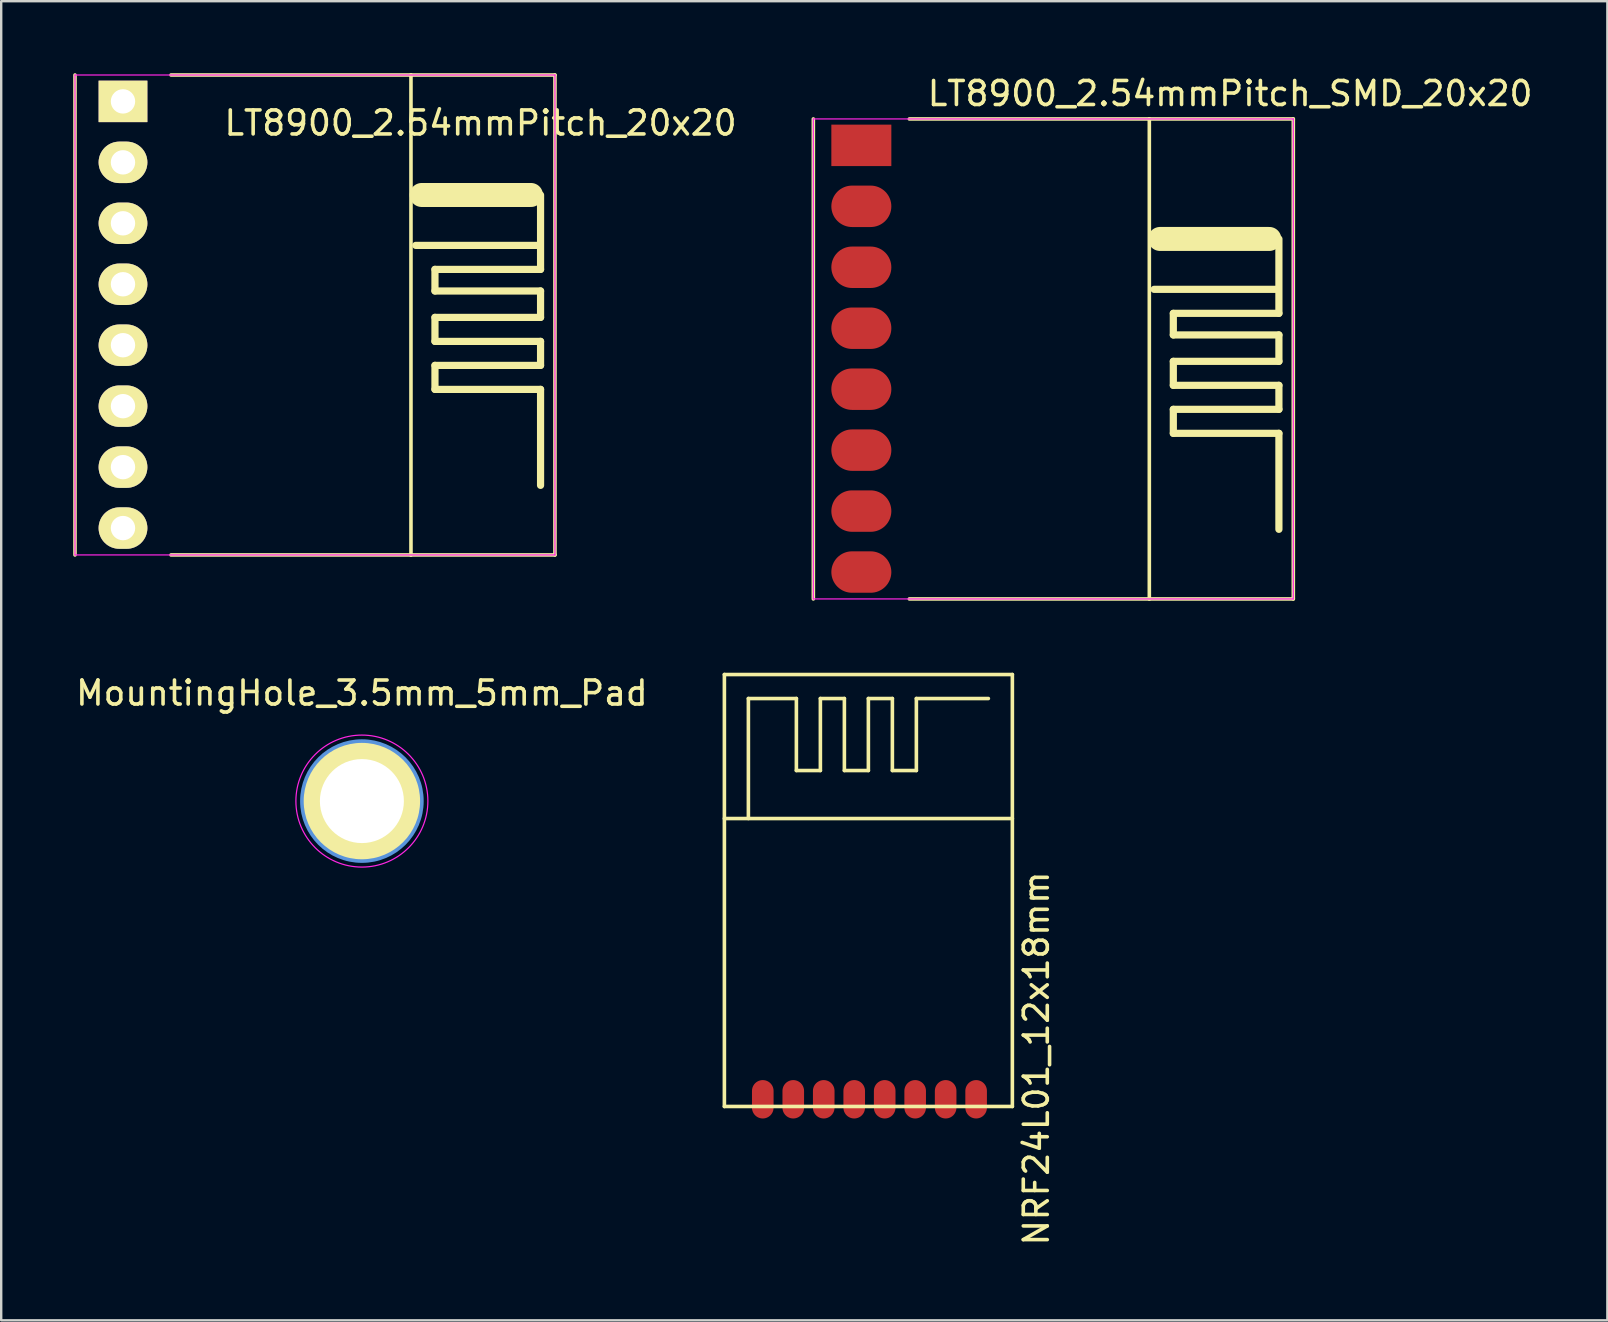
<source format=kicad_pcb>
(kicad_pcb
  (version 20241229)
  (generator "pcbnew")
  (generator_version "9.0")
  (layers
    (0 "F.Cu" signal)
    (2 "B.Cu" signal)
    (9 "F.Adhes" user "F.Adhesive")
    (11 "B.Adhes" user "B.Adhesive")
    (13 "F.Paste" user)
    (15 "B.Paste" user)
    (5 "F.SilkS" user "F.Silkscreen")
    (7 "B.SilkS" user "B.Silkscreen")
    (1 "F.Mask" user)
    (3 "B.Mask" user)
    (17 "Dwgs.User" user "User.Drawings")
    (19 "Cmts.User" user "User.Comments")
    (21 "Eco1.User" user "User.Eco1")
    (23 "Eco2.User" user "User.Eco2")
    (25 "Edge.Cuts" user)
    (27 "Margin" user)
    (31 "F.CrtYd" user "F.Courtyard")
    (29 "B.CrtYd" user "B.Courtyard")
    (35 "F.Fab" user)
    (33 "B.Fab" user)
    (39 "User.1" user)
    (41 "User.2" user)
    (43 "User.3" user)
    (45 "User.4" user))
  (footprint "LT8900_2.54mmPitch_SMD_20x20"
    (layer "F.Cu")
    (at 32.842 3.007)
    (property "Reference" "LT8900_2.54mmPitch_SMD_20x20" (at 15.367 -2.159 180) (layer "F.SilkS") (effects (font (size 1 1) (thickness 0.15))))
    (attr through_hole)
    (fp_line (start -2 -1.1) (end -2 18.9) (stroke (width 0.15) (type solid)) (layer "F.SilkS"))
    (fp_line (start 12 -1.1) (end 2 -1.1) (stroke (width 0.15) (type solid)) (layer "F.SilkS"))
    (fp_line (start 12 -1.1) (end 12 18.9) (stroke (width 0.15) (type solid)) (layer "F.SilkS"))
    (fp_line (start 12 18.9) (end 2 18.9) (stroke (width 0.15) (type solid)) (layer "F.SilkS"))
    (fp_line (start 12 18.9) (end 18 18.9) (stroke (width 0.15) (type solid)) (layer "F.SilkS"))
    (fp_line (start 12.2 6) (end 17.3 6) (stroke (width 0.3) (type solid)) (layer "F.SilkS"))
    (fp_line (start 12.446 3.9) (end 17 3.9) (stroke (width 1) (type solid)) (layer "F.SilkS"))
    (fp_line (start 13 7) (end 13 7.9) (stroke (width 0.3) (type solid)) (layer "F.SilkS"))
    (fp_line (start 13 7) (end 17.4 7) (stroke (width 0.3) (type solid)) (layer "F.SilkS"))
    (fp_line (start 13 7.9) (end 17.4 7.9) (stroke (width 0.3) (type solid)) (layer "F.SilkS"))
    (fp_line (start 13 9) (end 13 10) (stroke (width 0.3) (type solid)) (layer "F.SilkS"))
    (fp_line (start 13 9) (end 17.4 9) (stroke (width 0.3) (type solid)) (layer "F.SilkS"))
    (fp_line (start 13 10) (end 17.4 10) (stroke (width 0.3) (type solid)) (layer "F.SilkS"))
    (fp_line (start 13 11) (end 13 12) (stroke (width 0.3) (type solid)) (layer "F.SilkS"))
    (fp_line (start 13 11) (end 17.4 11) (stroke (width 0.3) (type solid)) (layer "F.SilkS"))
    (fp_line (start 13 12) (end 17.4 12) (stroke (width 0.3) (type solid)) (layer "F.SilkS"))
    (fp_line (start 17.4 3.9) (end 17.4 7) (stroke (width 0.3) (type solid)) (layer "F.SilkS"))
    (fp_line (start 17.4 7.9) (end 17.4 9) (stroke (width 0.3) (type solid)) (layer "F.SilkS"))
    (fp_line (start 17.4 10) (end 17.4 11) (stroke (width 0.3) (type solid)) (layer "F.SilkS"))
    (fp_line (start 17.4 12) (end 17.4 16) (stroke (width 0.3) (type solid)) (layer "F.SilkS"))
    (fp_line (start 18 -1.1) (end 12 -1.1) (stroke (width 0.15) (type solid)) (layer "F.SilkS"))
    (fp_line (start 18 18.9) (end 18 -1.1) (stroke (width 0.15) (type solid)) (layer "F.SilkS"))
    (fp_line (start -2 -1.1) (end -2 18.9) (stroke (width 0.05) (type solid)) (layer "F.CrtYd"))
    (fp_line (start -2 -1.1) (end 18 -1.1) (stroke (width 0.05) (type solid)) (layer "F.CrtYd"))
    (fp_line (start -2 18.9) (end 18 18.9) (stroke (width 0.05) (type solid)) (layer "F.CrtYd"))
    (fp_line (start 18 -1.1) (end 18 18.9) (stroke (width 0.05) (type solid)) (layer "F.CrtYd"))
    (pad "1" smd rect (at 0 0) (size 2.5 1.727) (layers "F.Cu" "F.Mask" "F.Paste"))
    (pad "2" smd oval (at 0 2.54) (size 2.5 1.727) (layers "F.Cu" "F.Mask" "F.Paste"))
    (pad "3" smd oval (at 0 5.08) (size 2.5 1.727) (layers "F.Cu" "F.Mask" "F.Paste"))
    (pad "4" smd oval (at 0 7.62) (size 2.5 1.727) (layers "F.Cu" "F.Mask" "F.Paste"))
    (pad "5" smd oval (at 0 10.16) (size 2.5 1.727) (layers "F.Cu" "F.Mask" "F.Paste"))
    (pad "6" smd oval (at 0 12.7) (size 2.5 1.727) (layers "F.Cu" "F.Mask" "F.Paste"))
    (pad "7" smd oval (at 0 15.24) (size 2.5 1.727) (layers "F.Cu" "F.Mask" "F.Paste"))
    (pad "8" smd oval (at 0 17.78) (size 2.5 1.727) (layers "F.Cu" "F.Mask" "F.Paste")))
  (footprint "LT8900_2.54mmPitch_20x20"
    (layer "F.Cu")
    (at 2.075 1.175)
    (property "Reference" "LT8900_2.54mmPitch_20x20" (at 14.9 0.9 0) (layer "F.SilkS") (effects (font (size 1 1) (thickness 0.15))))
    (attr through_hole)
    (fp_line (start -2 -1.1) (end -2 18.9) (stroke (width 0.15) (type solid)) (layer "F.SilkS"))
    (fp_line (start 12 -1.1) (end 2 -1.1) (stroke (width 0.15) (type solid)) (layer "F.SilkS"))
    (fp_line (start 12 -1.1) (end 12 18.9) (stroke (width 0.15) (type solid)) (layer "F.SilkS"))
    (fp_line (start 12 18.9) (end 2 18.9) (stroke (width 0.15) (type solid)) (layer "F.SilkS"))
    (fp_line (start 12 18.9) (end 18 18.9) (stroke (width 0.15) (type solid)) (layer "F.SilkS"))
    (fp_line (start 12.2 6) (end 17.3 6) (stroke (width 0.3) (type solid)) (layer "F.SilkS"))
    (fp_line (start 12.446 3.9) (end 17 3.9) (stroke (width 1) (type solid)) (layer "F.SilkS"))
    (fp_line (start 13 7) (end 13 7.9) (stroke (width 0.3) (type solid)) (layer "F.SilkS"))
    (fp_line (start 13 7) (end 17.4 7) (stroke (width 0.3) (type solid)) (layer "F.SilkS"))
    (fp_line (start 13 7.9) (end 17.4 7.9) (stroke (width 0.3) (type solid)) (layer "F.SilkS"))
    (fp_line (start 13 9) (end 13 10) (stroke (width 0.3) (type solid)) (layer "F.SilkS"))
    (fp_line (start 13 9) (end 17.4 9) (stroke (width 0.3) (type solid)) (layer "F.SilkS"))
    (fp_line (start 13 10) (end 17.4 10) (stroke (width 0.3) (type solid)) (layer "F.SilkS"))
    (fp_line (start 13 11) (end 13 12) (stroke (width 0.3) (type solid)) (layer "F.SilkS"))
    (fp_line (start 13 11) (end 17.4 11) (stroke (width 0.3) (type solid)) (layer "F.SilkS"))
    (fp_line (start 13 12) (end 17.4 12) (stroke (width 0.3) (type solid)) (layer "F.SilkS"))
    (fp_line (start 17.4 3.9) (end 17.4 7) (stroke (width 0.3) (type solid)) (layer "F.SilkS"))
    (fp_line (start 17.4 7.9) (end 17.4 9) (stroke (width 0.3) (type solid)) (layer "F.SilkS"))
    (fp_line (start 17.4 10) (end 17.4 11) (stroke (width 0.3) (type solid)) (layer "F.SilkS"))
    (fp_line (start 17.4 12) (end 17.4 16) (stroke (width 0.3) (type solid)) (layer "F.SilkS"))
    (fp_line (start 18 -1.1) (end 12 -1.1) (stroke (width 0.15) (type solid)) (layer "F.SilkS"))
    (fp_line (start 18 18.9) (end 18 -1.1) (stroke (width 0.15) (type solid)) (layer "F.SilkS"))
    (fp_line (start -2 -1.1) (end -2 18.9) (stroke (width 0.05) (type solid)) (layer "F.CrtYd"))
    (fp_line (start -2 -1.1) (end 18 -1.1) (stroke (width 0.05) (type solid)) (layer "F.CrtYd"))
    (fp_line (start -2 18.9) (end 18 18.9) (stroke (width 0.05) (type solid)) (layer "F.CrtYd"))
    (fp_line (start 18 -1.1) (end 18 18.9) (stroke (width 0.05) (type solid)) (layer "F.CrtYd"))
    (pad "1" thru_hole rect (at 0 0) (size 2.032 1.727) (drill 1.016) (layers "*.Cu" "*.Mask" "F.SilkS"))
    (pad "2" thru_hole oval (at 0 2.54) (size 2.032 1.727) (drill 1.016) (layers "*.Cu" "*.Mask" "F.SilkS"))
    (pad "3" thru_hole oval (at 0 5.08) (size 2.032 1.727) (drill 1.016) (layers "*.Cu" "*.Mask" "F.SilkS"))
    (pad "4" thru_hole oval (at 0 7.62) (size 2.032 1.727) (drill 1.016) (layers "*.Cu" "*.Mask" "F.SilkS"))
    (pad "5" thru_hole oval (at 0 10.16) (size 2.032 1.727) (drill 1.016) (layers "*.Cu" "*.Mask" "F.SilkS"))
    (pad "6" thru_hole oval (at 0 12.7) (size 2.032 1.727) (drill 1.016) (layers "*.Cu" "*.Mask" "F.SilkS"))
    (pad "7" thru_hole oval (at 0 15.24) (size 2.032 1.727) (drill 1.016) (layers "*.Cu" "*.Mask" "F.SilkS"))
    (pad "8" thru_hole oval (at 0 17.78) (size 2.032 1.727) (drill 1.016) (layers "*.Cu" "*.Mask" "F.SilkS")))
  (footprint "MountingHole_3.5mm_5mm_Pad"
    (layer "F.Cu")
    (at 12.03 30.331)
    (property "Reference" "MountingHole_3.5mm_5mm_Pad" (at 0 -4.5 0) (layer "F.SilkS") (effects (font (size 1 1) (thickness 0.15))))
    (attr through_hole)
    (fp_circle (center 0 0) (end 2.5 0) (stroke (width 0.15) (type solid)) (fill no) (layer "Cmts.User"))
    (fp_circle (center 0 0) (end 2.75 0) (stroke (width 0.05) (type solid)) (fill no) (layer "F.CrtYd"))
    (pad "1" thru_hole circle (at 0 0) (size 5 5) (drill 3.5) (layers "*.Cu" "*.Mask" "F.SilkS")))
  (footprint "NRF24L01_12x18mm"
    (layer "F.Cu")
    (at 33.135 34.057)
    (property "Reference" "NRF24L01_12x18mm" (at 7 7 90) (layer "F.SilkS") (effects (font (size 1 1) (thickness 0.15))))
    (attr through_hole)
    (fp_line (start -6 -9) (end 6 -9) (stroke (width 0.15) (type solid)) (layer "F.SilkS"))
    (fp_line (start -6 9) (end -6 -9) (stroke (width 0.15) (type solid)) (layer "F.SilkS"))
    (fp_line (start -5 -8) (end -3 -8) (stroke (width 0.15) (type solid)) (layer "F.SilkS"))
    (fp_line (start -5 -3) (end -5 -8) (stroke (width 0.15) (type solid)) (layer "F.SilkS"))
    (fp_line (start -3 -8) (end -3 -5) (stroke (width 0.15) (type solid)) (layer "F.SilkS"))
    (fp_line (start -3 -5) (end -2 -5) (stroke (width 0.15) (type solid)) (layer "F.SilkS"))
    (fp_line (start -2 -8) (end -1 -8) (stroke (width 0.15) (type solid)) (layer "F.SilkS"))
    (fp_line (start -2 -5) (end -2 -8) (stroke (width 0.15) (type solid)) (layer "F.SilkS"))
    (fp_line (start -1 -8) (end -1 -5) (stroke (width 0.15) (type solid)) (layer "F.SilkS"))
    (fp_line (start -1 -5) (end 0 -5) (stroke (width 0.15) (type solid)) (layer "F.SilkS"))
    (fp_line (start 0 -8) (end 1 -8) (stroke (width 0.15) (type solid)) (layer "F.SilkS"))
    (fp_line (start 0 -5) (end 0 -8) (stroke (width 0.15) (type solid)) (layer "F.SilkS"))
    (fp_line (start 1 -8) (end 1 -5) (stroke (width 0.15) (type solid)) (layer "F.SilkS"))
    (fp_line (start 1 -5) (end 2 -5) (stroke (width 0.15) (type solid)) (layer "F.SilkS"))
    (fp_line (start 2 -8) (end 5 -8) (stroke (width 0.15) (type solid)) (layer "F.SilkS"))
    (fp_line (start 2 -5) (end 2 -8) (stroke (width 0.15) (type solid)) (layer "F.SilkS"))
    (fp_line (start 6 -9) (end 6 9) (stroke (width 0.15) (type solid)) (layer "F.SilkS"))
    (fp_line (start 6 -3) (end -6 -3) (stroke (width 0.15) (type solid)) (layer "F.SilkS"))
    (fp_line (start 6 9) (end -6 9) (stroke (width 0.15) (type solid)) (layer "F.SilkS"))
    (pad "1" smd oval (at -4.4 8.7) (size 0.9 1.6) (layers "F.Cu" "F.Mask" "F.Paste"))
    (pad "2" smd oval (at -3.13 8.7) (size 0.9 1.6) (layers "F.Cu" "F.Mask" "F.Paste"))
    (pad "3" smd oval (at -1.86 8.7) (size 0.9 1.6) (layers "F.Cu" "F.Mask" "F.Paste"))
    (pad "4" smd oval (at -0.59 8.7) (size 0.9 1.6) (layers "F.Cu" "F.Mask" "F.Paste"))
    (pad "5" smd oval (at 0.68 8.7) (size 0.9 1.6) (layers "F.Cu" "F.Mask" "F.Paste"))
    (pad "6" smd oval (at 1.95 8.7) (size 0.9 1.6) (layers "F.Cu" "F.Mask" "F.Paste"))
    (pad "7" smd oval (at 3.22 8.7) (size 0.9 1.6) (layers "F.Cu" "F.Mask" "F.Paste"))
    (pad "8" smd oval (at 4.49 8.7) (size 0.9 1.6) (layers "F.Cu" "F.Mask" "F.Paste")))
  (gr_rect
    (start -3 -3)
    (end 63.929 51.968)
    (stroke (width 0.1) (type default))
    (fill no)
    (layer "Edge.Cuts")))
</source>
